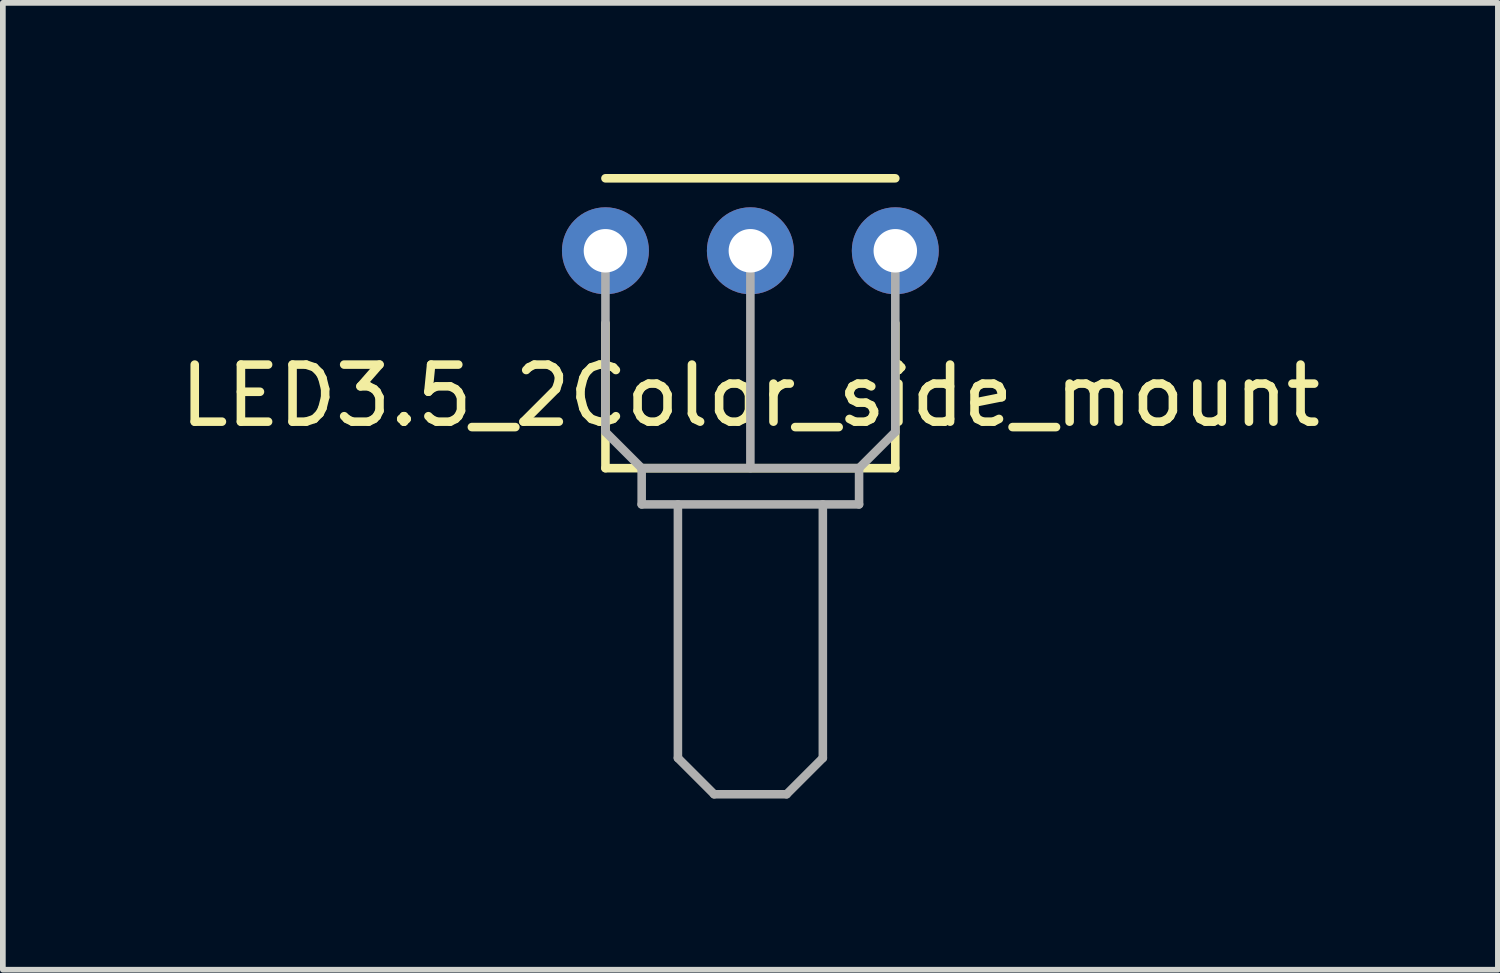
<source format=kicad_pcb>
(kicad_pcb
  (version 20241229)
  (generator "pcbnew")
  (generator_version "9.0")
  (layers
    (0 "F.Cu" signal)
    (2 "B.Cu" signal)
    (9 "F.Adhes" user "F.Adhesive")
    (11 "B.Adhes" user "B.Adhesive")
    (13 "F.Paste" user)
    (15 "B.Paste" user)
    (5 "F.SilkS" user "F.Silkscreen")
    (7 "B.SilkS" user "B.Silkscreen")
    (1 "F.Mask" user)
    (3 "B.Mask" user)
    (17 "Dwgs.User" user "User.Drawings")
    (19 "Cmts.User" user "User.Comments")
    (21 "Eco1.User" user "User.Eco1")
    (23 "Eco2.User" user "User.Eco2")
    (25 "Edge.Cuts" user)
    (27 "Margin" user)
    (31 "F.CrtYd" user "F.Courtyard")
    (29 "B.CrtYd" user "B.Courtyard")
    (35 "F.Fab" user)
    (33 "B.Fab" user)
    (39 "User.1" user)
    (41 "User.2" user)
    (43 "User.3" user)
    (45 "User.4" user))
  (footprint "LED3.5_2Color_side_mount"
    (layer "F.Cu")
    (at 10.101 1.345)
    (property "Reference" "LED3.5_2Color_side_mount" (at 0 2.54 0) (layer "F.SilkS") (effects (font (size 1 1) (thickness 0.15))))
    (attr smd)
    (fp_line (start -2.54 -1.27) (end 2.54 -1.27) (stroke (width 0.15) (type solid)) (layer "F.SilkS"))
    (fp_line (start -2.54 3.81) (end -2.54 1.27) (stroke (width 0.15) (type solid)) (layer "F.SilkS"))
    (fp_line (start 2.54 1.27) (end 2.54 3.81) (stroke (width 0.15) (type solid)) (layer "F.SilkS"))
    (fp_line (start 2.54 3.81) (end -2.54 3.81) (stroke (width 0.15) (type solid)) (layer "F.SilkS"))
    (fp_line (start -2.54 0) (end -2.54 3.175) (stroke (width 0.15) (type solid)) (layer "F.Fab"))
    (fp_line (start -2.54 3.175) (end -1.905 3.81) (stroke (width 0.15) (type solid)) (layer "F.Fab"))
    (fp_line (start -1.905 3.81) (end 1.905 3.81) (stroke (width 0.15) (type solid)) (layer "F.Fab"))
    (fp_line (start -1.905 4.445) (end -1.905 3.81) (stroke (width 0.15) (type solid)) (layer "F.Fab"))
    (fp_line (start -1.27 4.445) (end -1.27 8.89) (stroke (width 0.15) (type solid)) (layer "F.Fab"))
    (fp_line (start -1.27 8.89) (end -0.635 9.525) (stroke (width 0.15) (type solid)) (layer "F.Fab"))
    (fp_line (start -0.635 9.525) (end 0.635 9.525) (stroke (width 0.15) (type solid)) (layer "F.Fab"))
    (fp_line (start 0 0) (end 0 3.81) (stroke (width 0.15) (type solid)) (layer "F.Fab"))
    (fp_line (start 0.635 9.525) (end 1.27 8.89) (stroke (width 0.15) (type solid)) (layer "F.Fab"))
    (fp_line (start 1.27 8.89) (end 1.27 4.445) (stroke (width 0.15) (type solid)) (layer "F.Fab"))
    (fp_line (start 1.905 3.81) (end 1.905 4.445) (stroke (width 0.15) (type solid)) (layer "F.Fab"))
    (fp_line (start 1.905 4.445) (end -1.905 4.445) (stroke (width 0.15) (type solid)) (layer "F.Fab"))
    (fp_line (start 2.54 0) (end 2.54 3.175) (stroke (width 0.15) (type solid)) (layer "F.Fab"))
    (fp_line (start 2.54 3.175) (end 1.905 3.81) (stroke (width 0.15) (type solid)) (layer "F.Fab"))
    (pad "1" thru_hole circle (at -2.54 0) (size 1.524 1.524) (drill 0.762) (layers "*.Cu" "*.Mask"))
    (pad "2" thru_hole circle (at 0 0) (size 1.524 1.524) (drill 0.762) (layers "*.Cu" "*.Mask"))
    (pad "3" thru_hole circle (at 2.54 0) (size 1.524 1.524) (drill 0.762) (layers "*.Cu" "*.Mask")))
  (gr_rect
    (start -3 -3)
    (end 23.202 13.945)
    (stroke (width 0.1) (type default))
    (fill no)
    (layer "Edge.Cuts")))
</source>
